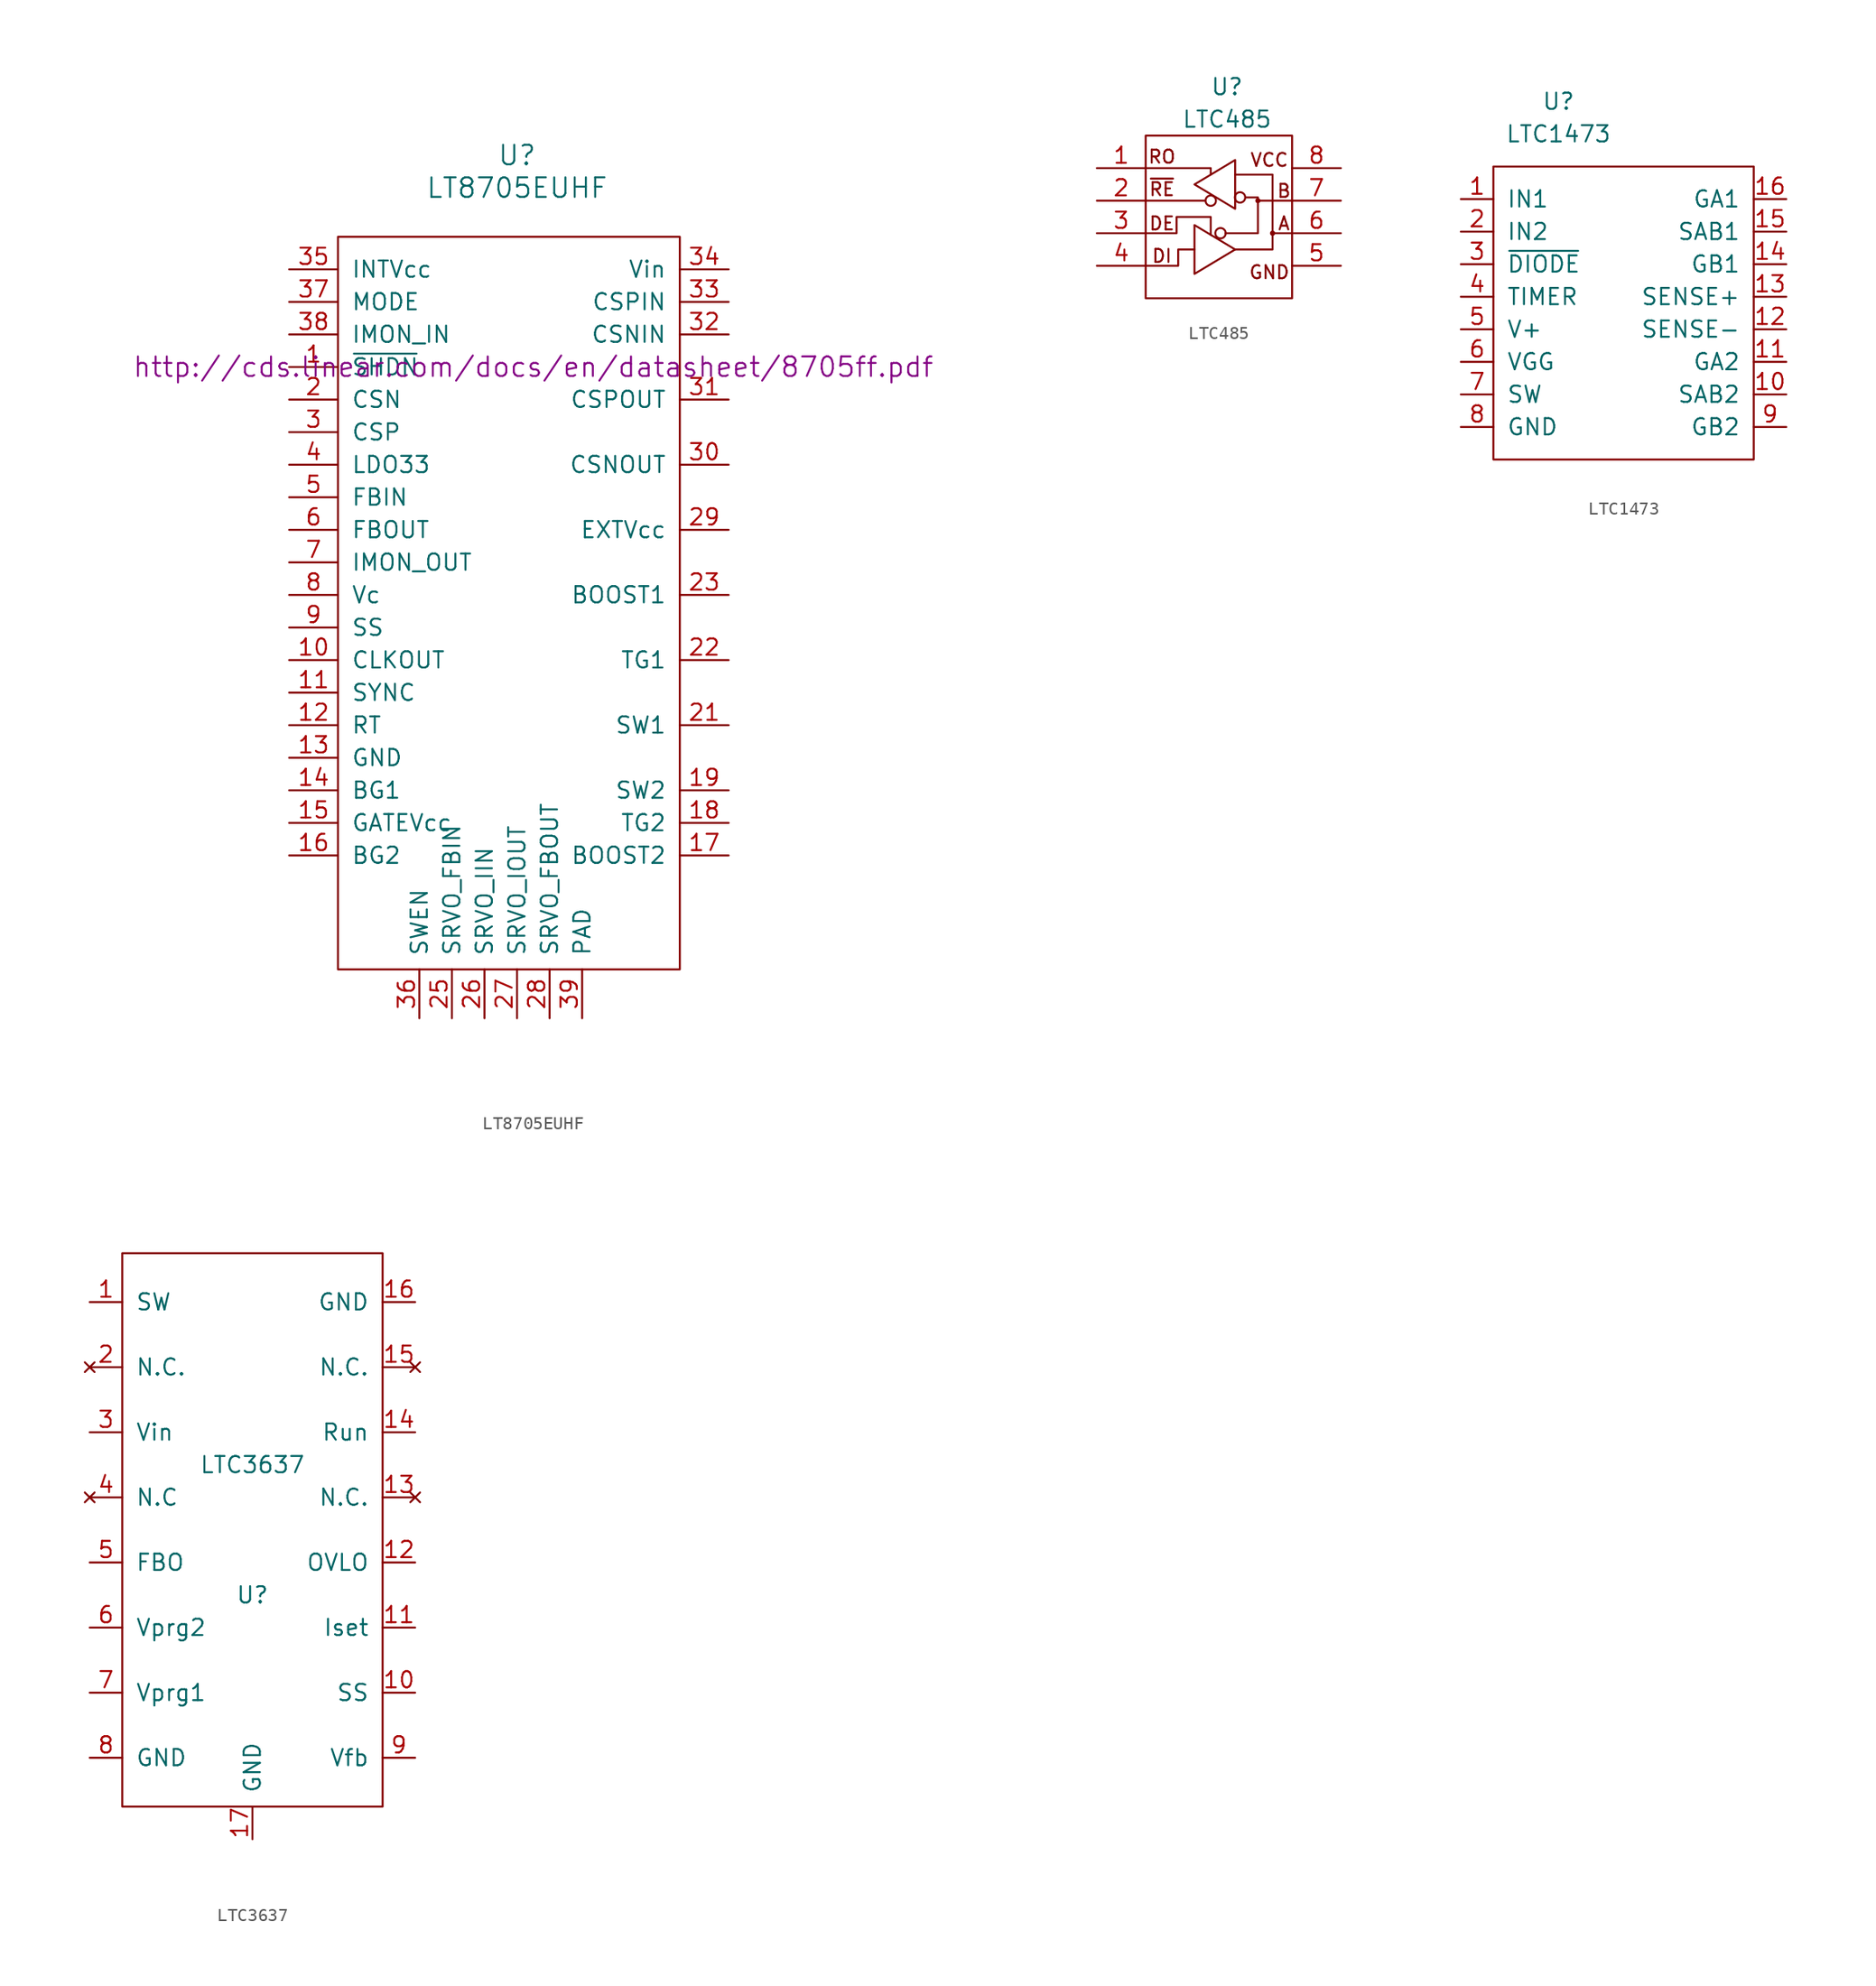
<source format=kicad_sym>
(kicad_symbol_lib
  (version 20220914)
  (generator kicad_symbol_editor)
  (symbol "LT8705EUHF"
    (pin_names
      (offset 1.016))
    (property "Reference" "U"
      (at 0 34.29 0)
      (effects (font (size 1.524 1.524))))
    (property "Value" "LT8705EUHF"
      (at 0 31.75 0)
      (effects (font (size 1.524 1.524))))
    (property "Footprint" ""
      (at 1.27 17.78 0)
      (effects (font (size 1.524 1.524))))
    (property "Datasheet" "http://cds.linear.com/docs/en/datasheet/8705ff.pdf"
      (at 1.27 17.78 0)
      (effects (font (size 1.524 1.524))))
    (symbol "LT8705EUHF_0_1"
      (rectangle (start -13.97 27.94) (end 12.7 -29.21) (stroke (width 0) (type default)) (fill (type none))))
    (symbol "LT8705EUHF_1_1"
      (pin input line (at -17.78 17.78 0) (length 3.81) (name "~{SHDN}" (effects (font (size 1.27 1.27)))) (number "1" (effects (font (size 1.27 1.27)))))
      (pin input line (at -17.78 -5.08 0) (length 3.81) (name "CLKOUT" (effects (font (size 1.27 1.27)))) (number "10" (effects (font (size 1.27 1.27)))))
      (pin input line (at -17.78 -7.62 0) (length 3.81) (name "SYNC" (effects (font (size 1.27 1.27)))) (number "11" (effects (font (size 1.27 1.27)))))
      (pin input line (at -17.78 -10.16 0) (length 3.81) (name "RT" (effects (font (size 1.27 1.27)))) (number "12" (effects (font (size 1.27 1.27)))))
      (pin input line (at -17.78 -12.7 0) (length 3.81) (name "GND" (effects (font (size 1.27 1.27)))) (number "13" (effects (font (size 1.27 1.27)))))
      (pin input line (at -17.78 -15.24 0) (length 3.81) (name "BG1" (effects (font (size 1.27 1.27)))) (number "14" (effects (font (size 1.27 1.27)))))
      (pin input line (at -17.78 -17.78 0) (length 3.81) (name "GATEVcc" (effects (font (size 1.27 1.27)))) (number "15" (effects (font (size 1.27 1.27)))))
      (pin input line (at -17.78 -20.32 0) (length 3.81) (name "BG2" (effects (font (size 1.27 1.27)))) (number "16" (effects (font (size 1.27 1.27)))))
      (pin input line (at 16.51 -20.32 180) (length 3.81) (name "BOOST2" (effects (font (size 1.27 1.27)))) (number "17" (effects (font (size 1.27 1.27)))))
      (pin input line (at 16.51 -17.78 180) (length 3.81) (name "TG2" (effects (font (size 1.27 1.27)))) (number "18" (effects (font (size 1.27 1.27)))))
      (pin input line (at 16.51 -15.24 180) (length 3.81) (name "SW2" (effects (font (size 1.27 1.27)))) (number "19" (effects (font (size 1.27 1.27)))))
      (pin input line (at -17.78 15.24 0) (length 3.81) (name "CSN" (effects (font (size 1.27 1.27)))) (number "2" (effects (font (size 1.27 1.27)))))
      (pin input line (at 16.51 -10.16 180) (length 3.81) (name "SW1" (effects (font (size 1.27 1.27)))) (number "21" (effects (font (size 1.27 1.27)))))
      (pin input line (at 16.51 -5.08 180) (length 3.81) (name "TG1" (effects (font (size 1.27 1.27)))) (number "22" (effects (font (size 1.27 1.27)))))
      (pin input line (at 16.51 0 180) (length 3.81) (name "BOOST1" (effects (font (size 1.27 1.27)))) (number "23" (effects (font (size 1.27 1.27)))))
      (pin input line (at -5.08 -33.02 90) (length 3.81) (name "SRVO_FBIN" (effects (font (size 1.27 1.27)))) (number "25" (effects (font (size 1.27 1.27)))))
      (pin input line (at -2.54 -33.02 90) (length 3.81) (name "SRVO_IIN" (effects (font (size 1.27 1.27)))) (number "26" (effects (font (size 1.27 1.27)))))
      (pin input line (at 0 -33.02 90) (length 3.81) (name "SRVO_IOUT" (effects (font (size 1.27 1.27)))) (number "27" (effects (font (size 1.27 1.27)))))
      (pin input line (at 2.54 -33.02 90) (length 3.81) (name "SRVO_FBOUT" (effects (font (size 1.27 1.27)))) (number "28" (effects (font (size 1.27 1.27)))))
      (pin input line (at 16.51 5.08 180) (length 3.81) (name "EXTVcc" (effects (font (size 1.27 1.27)))) (number "29" (effects (font (size 1.27 1.27)))))
      (pin input line (at -17.78 12.7 0) (length 3.81) (name "CSP" (effects (font (size 1.27 1.27)))) (number "3" (effects (font (size 1.27 1.27)))))
      (pin input line (at 16.51 10.16 180) (length 3.81) (name "CSNOUT" (effects (font (size 1.27 1.27)))) (number "30" (effects (font (size 1.27 1.27)))))
      (pin input line (at 16.51 15.24 180) (length 3.81) (name "CSPOUT" (effects (font (size 1.27 1.27)))) (number "31" (effects (font (size 1.27 1.27)))))
      (pin input line (at 16.51 20.32 180) (length 3.81) (name "CSNIN" (effects (font (size 1.27 1.27)))) (number "32" (effects (font (size 1.27 1.27)))))
      (pin input line (at 16.51 22.86 180) (length 3.81) (name "CSPIN" (effects (font (size 1.27 1.27)))) (number "33" (effects (font (size 1.27 1.27)))))
      (pin input line (at 16.51 25.4 180) (length 3.81) (name "Vin" (effects (font (size 1.27 1.27)))) (number "34" (effects (font (size 1.27 1.27)))))
      (pin input line (at -17.78 25.4 0) (length 3.81) (name "INTVcc" (effects (font (size 1.27 1.27)))) (number "35" (effects (font (size 1.27 1.27)))))
      (pin input line (at -7.62 -33.02 90) (length 3.81) (name "SWEN" (effects (font (size 1.27 1.27)))) (number "36" (effects (font (size 1.27 1.27)))))
      (pin input line (at -17.78 22.86 0) (length 3.81) (name "MODE" (effects (font (size 1.27 1.27)))) (number "37" (effects (font (size 1.27 1.27)))))
      (pin input line (at -17.78 20.32 0) (length 3.81) (name "IMON_IN" (effects (font (size 1.27 1.27)))) (number "38" (effects (font (size 1.27 1.27)))))
      (pin input line (at 5.08 -33.02 90) (length 3.81) (name "PAD" (effects (font (size 1.27 1.27)))) (number "39" (effects (font (size 1.27 1.27)))))
      (pin input line (at -17.78 10.16 0) (length 3.81) (name "LDO33" (effects (font (size 1.27 1.27)))) (number "4" (effects (font (size 1.27 1.27)))))
      (pin input line (at -17.78 7.62 0) (length 3.81) (name "FBIN" (effects (font (size 1.27 1.27)))) (number "5" (effects (font (size 1.27 1.27)))))
      (pin input line (at -17.78 5.08 0) (length 3.81) (name "FBOUT" (effects (font (size 1.27 1.27)))) (number "6" (effects (font (size 1.27 1.27)))))
      (pin input line (at -17.78 2.54 0) (length 3.81) (name "IMON_OUT" (effects (font (size 1.27 1.27)))) (number "7" (effects (font (size 1.27 1.27)))))
      (pin input line (at -17.78 0 0) (length 3.81) (name "Vc" (effects (font (size 1.27 1.27)))) (number "8" (effects (font (size 1.27 1.27)))))
      (pin input line (at -17.78 -2.54 0) (length 3.81) (name "SS" (effects (font (size 1.27 1.27)))) (number "9" (effects (font (size 1.27 1.27)))))))
  (symbol "LTC485"
    (pin_names
      (offset 1.016) hide)
    (property "Reference" "U"
      (at 1.27 7.62 0)
      (effects (font (size 1.27 1.27))))
    (property "Value" "LTC485"
      (at 1.27 5.08 0)
      (effects (font (size 1.27 1.27))))
    (symbol "LTC485_0_0"
      (polyline (pts (xy 6.35 -3.81) (xy 4.826 -3.81)) (stroke (width 0) (type default)) (fill (type none)))
      (polyline (pts (xy -5.08 -6.35) (xy -2.54 -6.35) (xy -2.54 -5.08) (xy -1.27 -5.08)) (stroke (width 0) (type default)) (fill (type none)))
      (circle (center 3.683 -1.27) (radius 0.127) (stroke (width 0) (type default)) (fill (type none)))
      (circle (center 4.826 -3.81) (radius 0.127) (stroke (width 0) (type default)) (fill (type none)))
      (rectangle (start 6.35 -8.89) (end -5.08 3.81) (stroke (width 0) (type default)) (fill (type none)))
      (text "A" (at 5.715 -3.048 0) (effects (font (size 1.016 1.016))))
      (text "B" (at 5.715 -0.508 0) (effects (font (size 1.016 1.016))))
      (text "DE" (at -3.81 -3.048 0) (effects (font (size 1.016 1.016))))
      (text "DI" (at -3.81 -5.588 0) (effects (font (size 1.016 1.016))))
      (text "GND" (at 4.572 -6.858 0) (effects (font (size 1.016 1.016))))
      (text "RO" (at -3.81 2.159 0) (effects (font (size 1.016 1.016))))
      (text "VCC" (at 4.572 1.905 0) (effects (font (size 1.016 1.016))))
      (text "~{RE}" (at -3.81 -0.381 0) (effects (font (size 1.016 1.016)))))
    (symbol "LTC485_0_1"
      (circle (center 0 -1.27) (radius 0.406) (stroke (width 0) (type default)) (fill (type none)))
      (polyline (pts (xy -5.08 -1.27) (xy -0.508 -1.27)) (stroke (width 0) (type default)) (fill (type none)))
      (polyline (pts (xy 6.35 -1.27) (xy 3.683 -1.27)) (stroke (width 0) (type default)) (fill (type none)))
      (polyline (pts (xy -5.08 1.27) (xy 0 1.27) (xy 0 0.762)) (stroke (width 0) (type default)) (fill (type none)))
      (polyline (pts (xy 1.905 -5.08) (xy 4.826 -5.08) (xy 4.826 0.762) (xy 1.905 0.762)) (stroke (width 0) (type default)) (fill (type none)))
      (polyline (pts (xy 2.794 -1.016) (xy 3.683 -1.016) (xy 3.683 -3.81) (xy 1.143 -3.81)) (stroke (width 0) (type default)) (fill (type none)))
      (polyline (pts (xy -5.08 -3.81) (xy -2.667 -3.81) (xy -2.667 -2.54) (xy 0 -2.54) (xy 0 -3.937)) (stroke (width 0) (type default)) (fill (type none)))
      (polyline (pts (xy -1.27 0) (xy 1.905 1.905) (xy 1.905 -1.27) (xy 1.905 -1.905) (xy -1.27 0)) (stroke (width 0) (type default)) (fill (type none)))
      (polyline (pts (xy 1.905 -5.08) (xy -1.27 -3.175) (xy -1.27 -6.35) (xy -1.27 -6.985) (xy 1.905 -5.08)) (stroke (width 0) (type default)) (fill (type none)))
      (circle (center 0.762 -3.81) (radius 0.406) (stroke (width 0) (type default)) (fill (type none)))
      (circle (center 2.286 -1.016) (radius 0.406) (stroke (width 0) (type default)) (fill (type none))))
    (symbol "LTC485_1_1"
      (pin input line (at -8.89 1.27 0) (length 3.81) (name "RO" (effects (font (size 1.27 1.27)))) (number "1" (effects (font (size 1.27 1.27)))))
      (pin input line (at -8.89 -1.27 0) (length 3.81) (name "~{RE}" (effects (font (size 1.27 1.27)))) (number "2" (effects (font (size 1.27 1.27)))))
      (pin input line (at -8.89 -3.81 0) (length 3.81) (name "DE" (effects (font (size 1.27 1.27)))) (number "3" (effects (font (size 1.27 1.27)))))
      (pin input line (at -8.89 -6.35 0) (length 3.81) (name "DI" (effects (font (size 1.27 1.27)))) (number "4" (effects (font (size 1.27 1.27)))))
      (pin input line (at 10.16 -6.35 180) (length 3.81) (name "GND" (effects (font (size 1.27 1.27)))) (number "5" (effects (font (size 1.27 1.27)))))
      (pin input line (at 10.16 -3.81 180) (length 3.81) (name "A" (effects (font (size 1.27 1.27)))) (number "6" (effects (font (size 1.27 1.27)))))
      (pin input line (at 10.16 -1.27 180) (length 3.81) (name "B" (effects (font (size 1.27 1.27)))) (number "7" (effects (font (size 1.27 1.27)))))
      (pin input line (at 10.16 1.27 180) (length 3.81) (name "VCC" (effects (font (size 1.27 1.27)))) (number "8" (effects (font (size 1.27 1.27)))))))
  (symbol "LTC1473"
    (pin_names
      (offset 1.016))
    (property "Reference" "U"
      (at -5.08 15.24 0)
      (effects (font (size 1.27 1.27))))
    (property "Value" "LTC1473"
      (at -5.08 12.7 0)
      (effects (font (size 1.27 1.27))))
    (symbol "LTC1473_0_1"
      (rectangle (start -10.16 10.16) (end 10.16 -12.7) (stroke (width 0) (type default)) (fill (type none))))
    (symbol "LTC1473_1_1"
      (pin input line (at -12.7 7.62 0) (length 2.54) (name "IN1" (effects (font (size 1.27 1.27)))) (number "1" (effects (font (size 1.27 1.27)))))
      (pin passive line (at 12.7 -7.62 180) (length 2.54) (name "SAB2" (effects (font (size 1.27 1.27)))) (number "10" (effects (font (size 1.27 1.27)))))
      (pin passive line (at 12.7 -5.08 180) (length 2.54) (name "GA2" (effects (font (size 1.27 1.27)))) (number "11" (effects (font (size 1.27 1.27)))))
      (pin passive line (at 12.7 -2.54 180) (length 2.54) (name "SENSE-" (effects (font (size 1.27 1.27)))) (number "12" (effects (font (size 1.27 1.27)))))
      (pin passive line (at 12.7 0 180) (length 2.54) (name "SENSE+" (effects (font (size 1.27 1.27)))) (number "13" (effects (font (size 1.27 1.27)))))
      (pin passive line (at 12.7 2.54 180) (length 2.54) (name "GB1" (effects (font (size 1.27 1.27)))) (number "14" (effects (font (size 1.27 1.27)))))
      (pin passive line (at 12.7 5.08 180) (length 2.54) (name "SAB1" (effects (font (size 1.27 1.27)))) (number "15" (effects (font (size 1.27 1.27)))))
      (pin passive line (at 12.7 7.62 180) (length 2.54) (name "GA1" (effects (font (size 1.27 1.27)))) (number "16" (effects (font (size 1.27 1.27)))))
      (pin input line (at -12.7 5.08 0) (length 2.54) (name "IN2" (effects (font (size 1.27 1.27)))) (number "2" (effects (font (size 1.27 1.27)))))
      (pin input line (at -12.7 2.54 0) (length 2.54) (name "~{DIODE}" (effects (font (size 1.27 1.27)))) (number "3" (effects (font (size 1.27 1.27)))))
      (pin passive line (at -12.7 0 0) (length 2.54) (name "TIMER" (effects (font (size 1.27 1.27)))) (number "4" (effects (font (size 1.27 1.27)))))
      (pin power_out line (at -12.7 -2.54 0) (length 2.54) (name "V+" (effects (font (size 1.27 1.27)))) (number "5" (effects (font (size 1.27 1.27)))))
      (pin power_out line (at -12.7 -5.08 0) (length 2.54) (name "VGG" (effects (font (size 1.27 1.27)))) (number "6" (effects (font (size 1.27 1.27)))))
      (pin power_out line (at -12.7 -7.62 0) (length 2.54) (name "SW" (effects (font (size 1.27 1.27)))) (number "7" (effects (font (size 1.27 1.27)))))
      (pin passive line (at -12.7 -10.16 0) (length 2.54) (name "GND" (effects (font (size 1.27 1.27)))) (number "8" (effects (font (size 1.27 1.27)))))
      (pin passive line (at 12.7 -10.16 180) (length 2.54) (name "GB2" (effects (font (size 1.27 1.27)))) (number "9" (effects (font (size 1.27 1.27)))))))
  (symbol "LTC3637"
    (pin_names
      (offset 1.016))
    (property "Reference" "U"
      (at 0 -5.08 0)
      (effects (font (size 1.27 1.27))))
    (property "Value" "LTC3637"
      (at 0 5.08 0)
      (effects (font (size 1.27 1.27))))
    (symbol "LTC3637_0_1"
      (rectangle (start -10.16 21.59) (end 10.16 -21.59) (stroke (width 0) (type default)) (fill (type none))))
    (symbol "LTC3637_1_1"
      (pin output line (at -12.7 17.78 0) (length 2.54) (name "SW" (effects (font (size 1.27 1.27)))) (number "1" (effects (font (size 1.27 1.27)))))
      (pin bidirectional line (at 12.7 -12.7 180) (length 2.54) (name "SS" (effects (font (size 1.27 1.27)))) (number "10" (effects (font (size 1.27 1.27)))))
      (pin bidirectional line (at 12.7 -7.62 180) (length 2.54) (name "Iset" (effects (font (size 1.27 1.27)))) (number "11" (effects (font (size 1.27 1.27)))))
      (pin input line (at 12.7 -2.54 180) (length 2.54) (name "OVLO" (effects (font (size 1.27 1.27)))) (number "12" (effects (font (size 1.27 1.27)))))
      (pin no_connect line (at 12.7 2.54 180) (length 2.54) (name "N.C." (effects (font (size 1.27 1.27)))) (number "13" (effects (font (size 1.27 1.27)))))
      (pin input line (at 12.7 7.62 180) (length 2.54) (name "Run" (effects (font (size 1.27 1.27)))) (number "14" (effects (font (size 1.27 1.27)))))
      (pin no_connect line (at 12.7 12.7 180) (length 2.54) (name "N.C." (effects (font (size 1.27 1.27)))) (number "15" (effects (font (size 1.27 1.27)))))
      (pin input line (at 12.7 17.78 180) (length 2.54) (name "GND" (effects (font (size 1.27 1.27)))) (number "16" (effects (font (size 1.27 1.27)))))
      (pin input line (at 0 -24.13 90) (length 2.54) (name "GND" (effects (font (size 1.27 1.27)))) (number "17" (effects (font (size 1.27 1.27)))))
      (pin no_connect line (at -12.7 12.7 0) (length 2.54) (name "N.C." (effects (font (size 1.27 1.27)))) (number "2" (effects (font (size 1.27 1.27)))))
      (pin input line (at -12.7 7.62 0) (length 2.54) (name "Vin" (effects (font (size 1.27 1.27)))) (number "3" (effects (font (size 1.27 1.27)))))
      (pin no_connect line (at -12.7 2.54 0) (length 2.54) (name "N.C" (effects (font (size 1.27 1.27)))) (number "4" (effects (font (size 1.27 1.27)))))
      (pin bidirectional line (at -12.7 -2.54 0) (length 2.54) (name "FBO" (effects (font (size 1.27 1.27)))) (number "5" (effects (font (size 1.27 1.27)))))
      (pin input line (at -12.7 -7.62 0) (length 2.54) (name "Vprg2" (effects (font (size 1.27 1.27)))) (number "6" (effects (font (size 1.27 1.27)))))
      (pin input line (at -12.7 -12.7 0) (length 2.54) (name "Vprg1" (effects (font (size 1.27 1.27)))) (number "7" (effects (font (size 1.27 1.27)))))
      (pin input line (at -12.7 -17.78 0) (length 2.54) (name "GND" (effects (font (size 1.27 1.27)))) (number "8" (effects (font (size 1.27 1.27)))))
      (pin input line (at 12.7 -17.78 180) (length 2.54) (name "Vfb" (effects (font (size 1.27 1.27)))) (number "9" (effects (font (size 1.27 1.27))))))))
</source>
